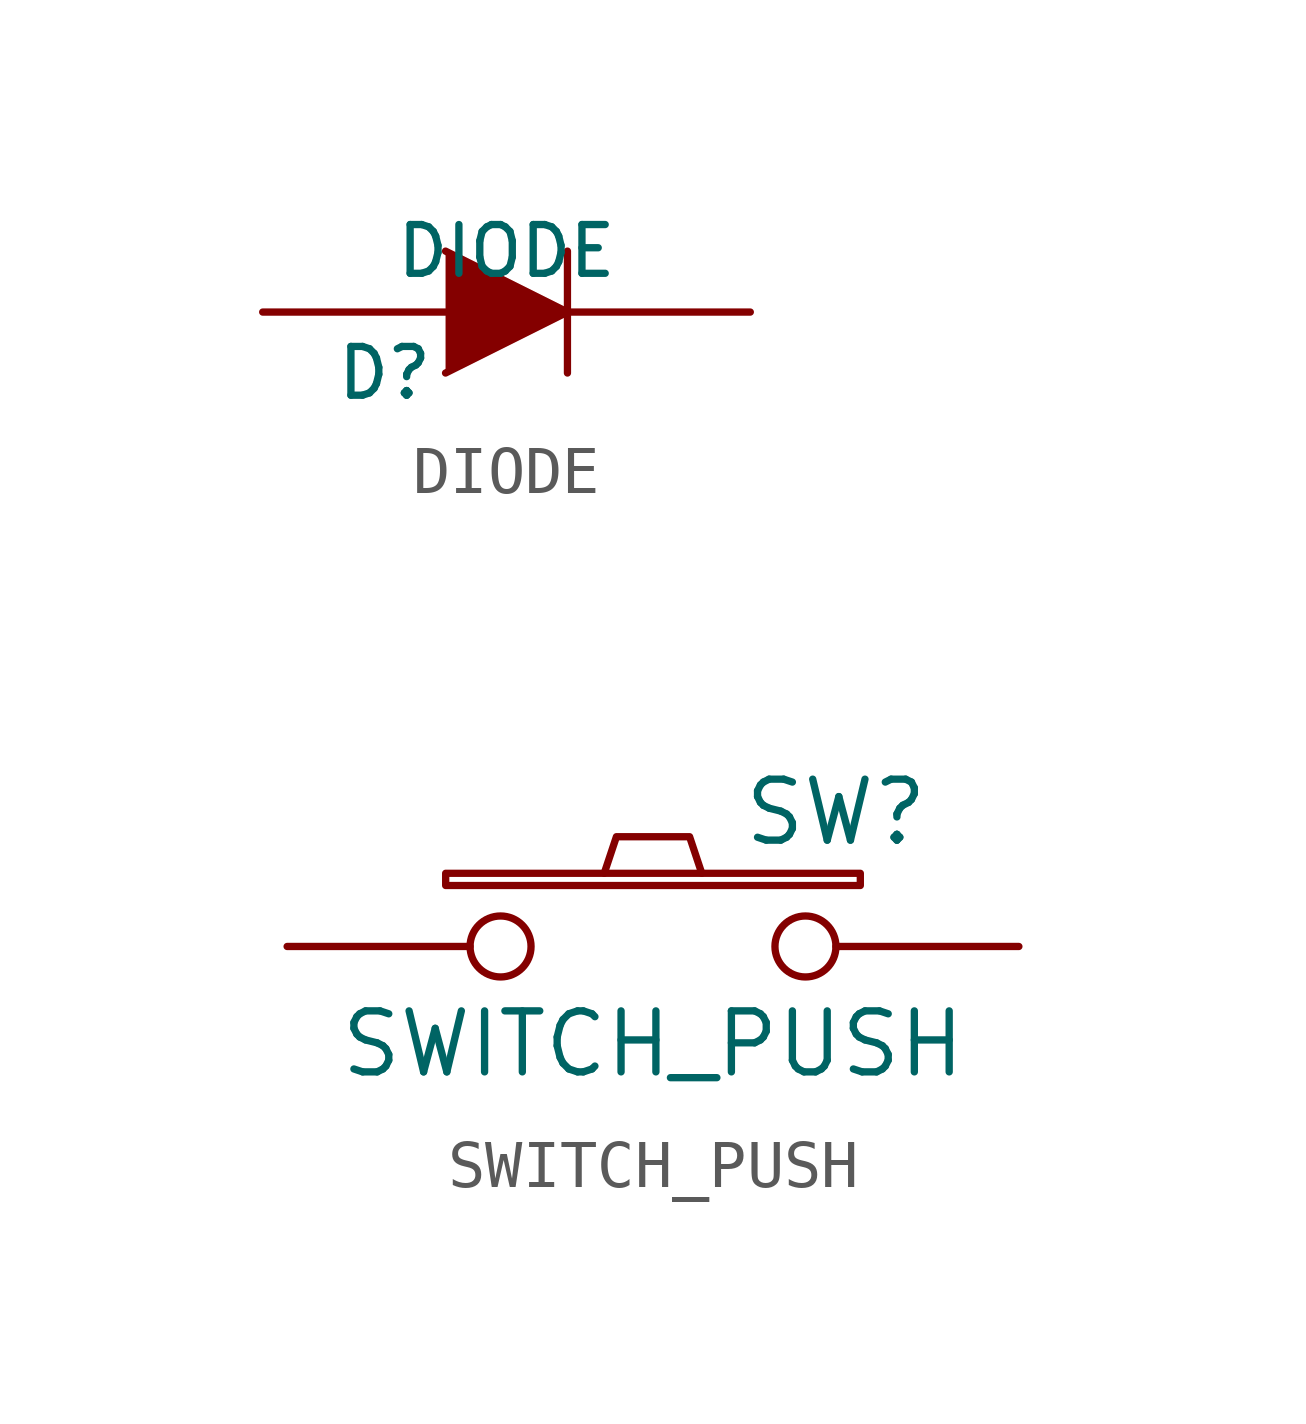
<source format=kicad_sym>
(kicad_symbol_lib
  (version 20220914)
  (generator kicad_symbol_editor)
  (symbol "DIODE"
    (pin_numbers hide)
    (pin_names
      (offset 1.016) hide)
    (property "Reference" "D"
      (at -2.54 -1.27 0)
      (effects (font (size 1.016 1.016))))
    (property "Value" "DIODE"
      (at 0 1.27 0)
      (effects (font (size 1.016 1.016))))
    (symbol "DIODE_0_1"
      (polyline (pts (xy 1.27 1.27) (xy 1.27 -1.27)) (stroke (width 0.152) (type solid)) (fill (type none)))
      (polyline (pts (xy -1.27 1.27) (xy 1.27 0) (xy -1.27 -1.27)) (stroke (width 0) (type solid)) (fill (type outline))))
    (symbol "DIODE_1_1"
      (pin passive line (at -5.08 0 0) (length 3.81) (name "A" (effects (font (size 1.016 1.016)))) (number "1" (effects (font (size 1.016 1.016)))))
      (pin passive line (at 5.08 0 180) (length 3.81) (name "K" (effects (font (size 1.016 1.016)))) (number "2" (effects (font (size 1.016 1.016)))))))
  (symbol "SWITCH_PUSH"
    (pin_numbers hide)
    (pin_names
      (offset 1.016) hide)
    (property "Reference" "SW"
      (at 3.81 2.794 0)
      (effects (font (size 1.27 1.27))))
    (property "Value" "SWITCH_PUSH"
      (at 0 -2.032 0)
      (effects (font (size 1.27 1.27))))
    (symbol "SWITCH_PUSH_0_1"
      (rectangle (start -4.318 1.27) (end 4.318 1.524) (stroke (width 0) (type solid)) (fill (type none)))
      (polyline (pts (xy -1.016 1.524) (xy -0.762 2.286) (xy 0.762 2.286) (xy 1.016 1.524)) (stroke (width 0) (type solid)) (fill (type none)))
      (pin passive inverted (at -7.62 0 0) (length 5.08) (name "1" (effects (font (size 1.524 1.524)))) (number "1" (effects (font (size 1.524 1.524)))))
      (pin passive inverted (at 7.62 0 180) (length 5.08) (name "2" (effects (font (size 1.524 1.524)))) (number "2" (effects (font (size 1.524 1.524))))))
    (symbol "SWITCH_PUSH_1_1"
      (pin power_in line (at 0 0 90) (length 0) hide (name "GND" (effects (font (size 1.27 1.27)))) (number "0" (effects (font (size 1.27 1.27))))))))
</source>
